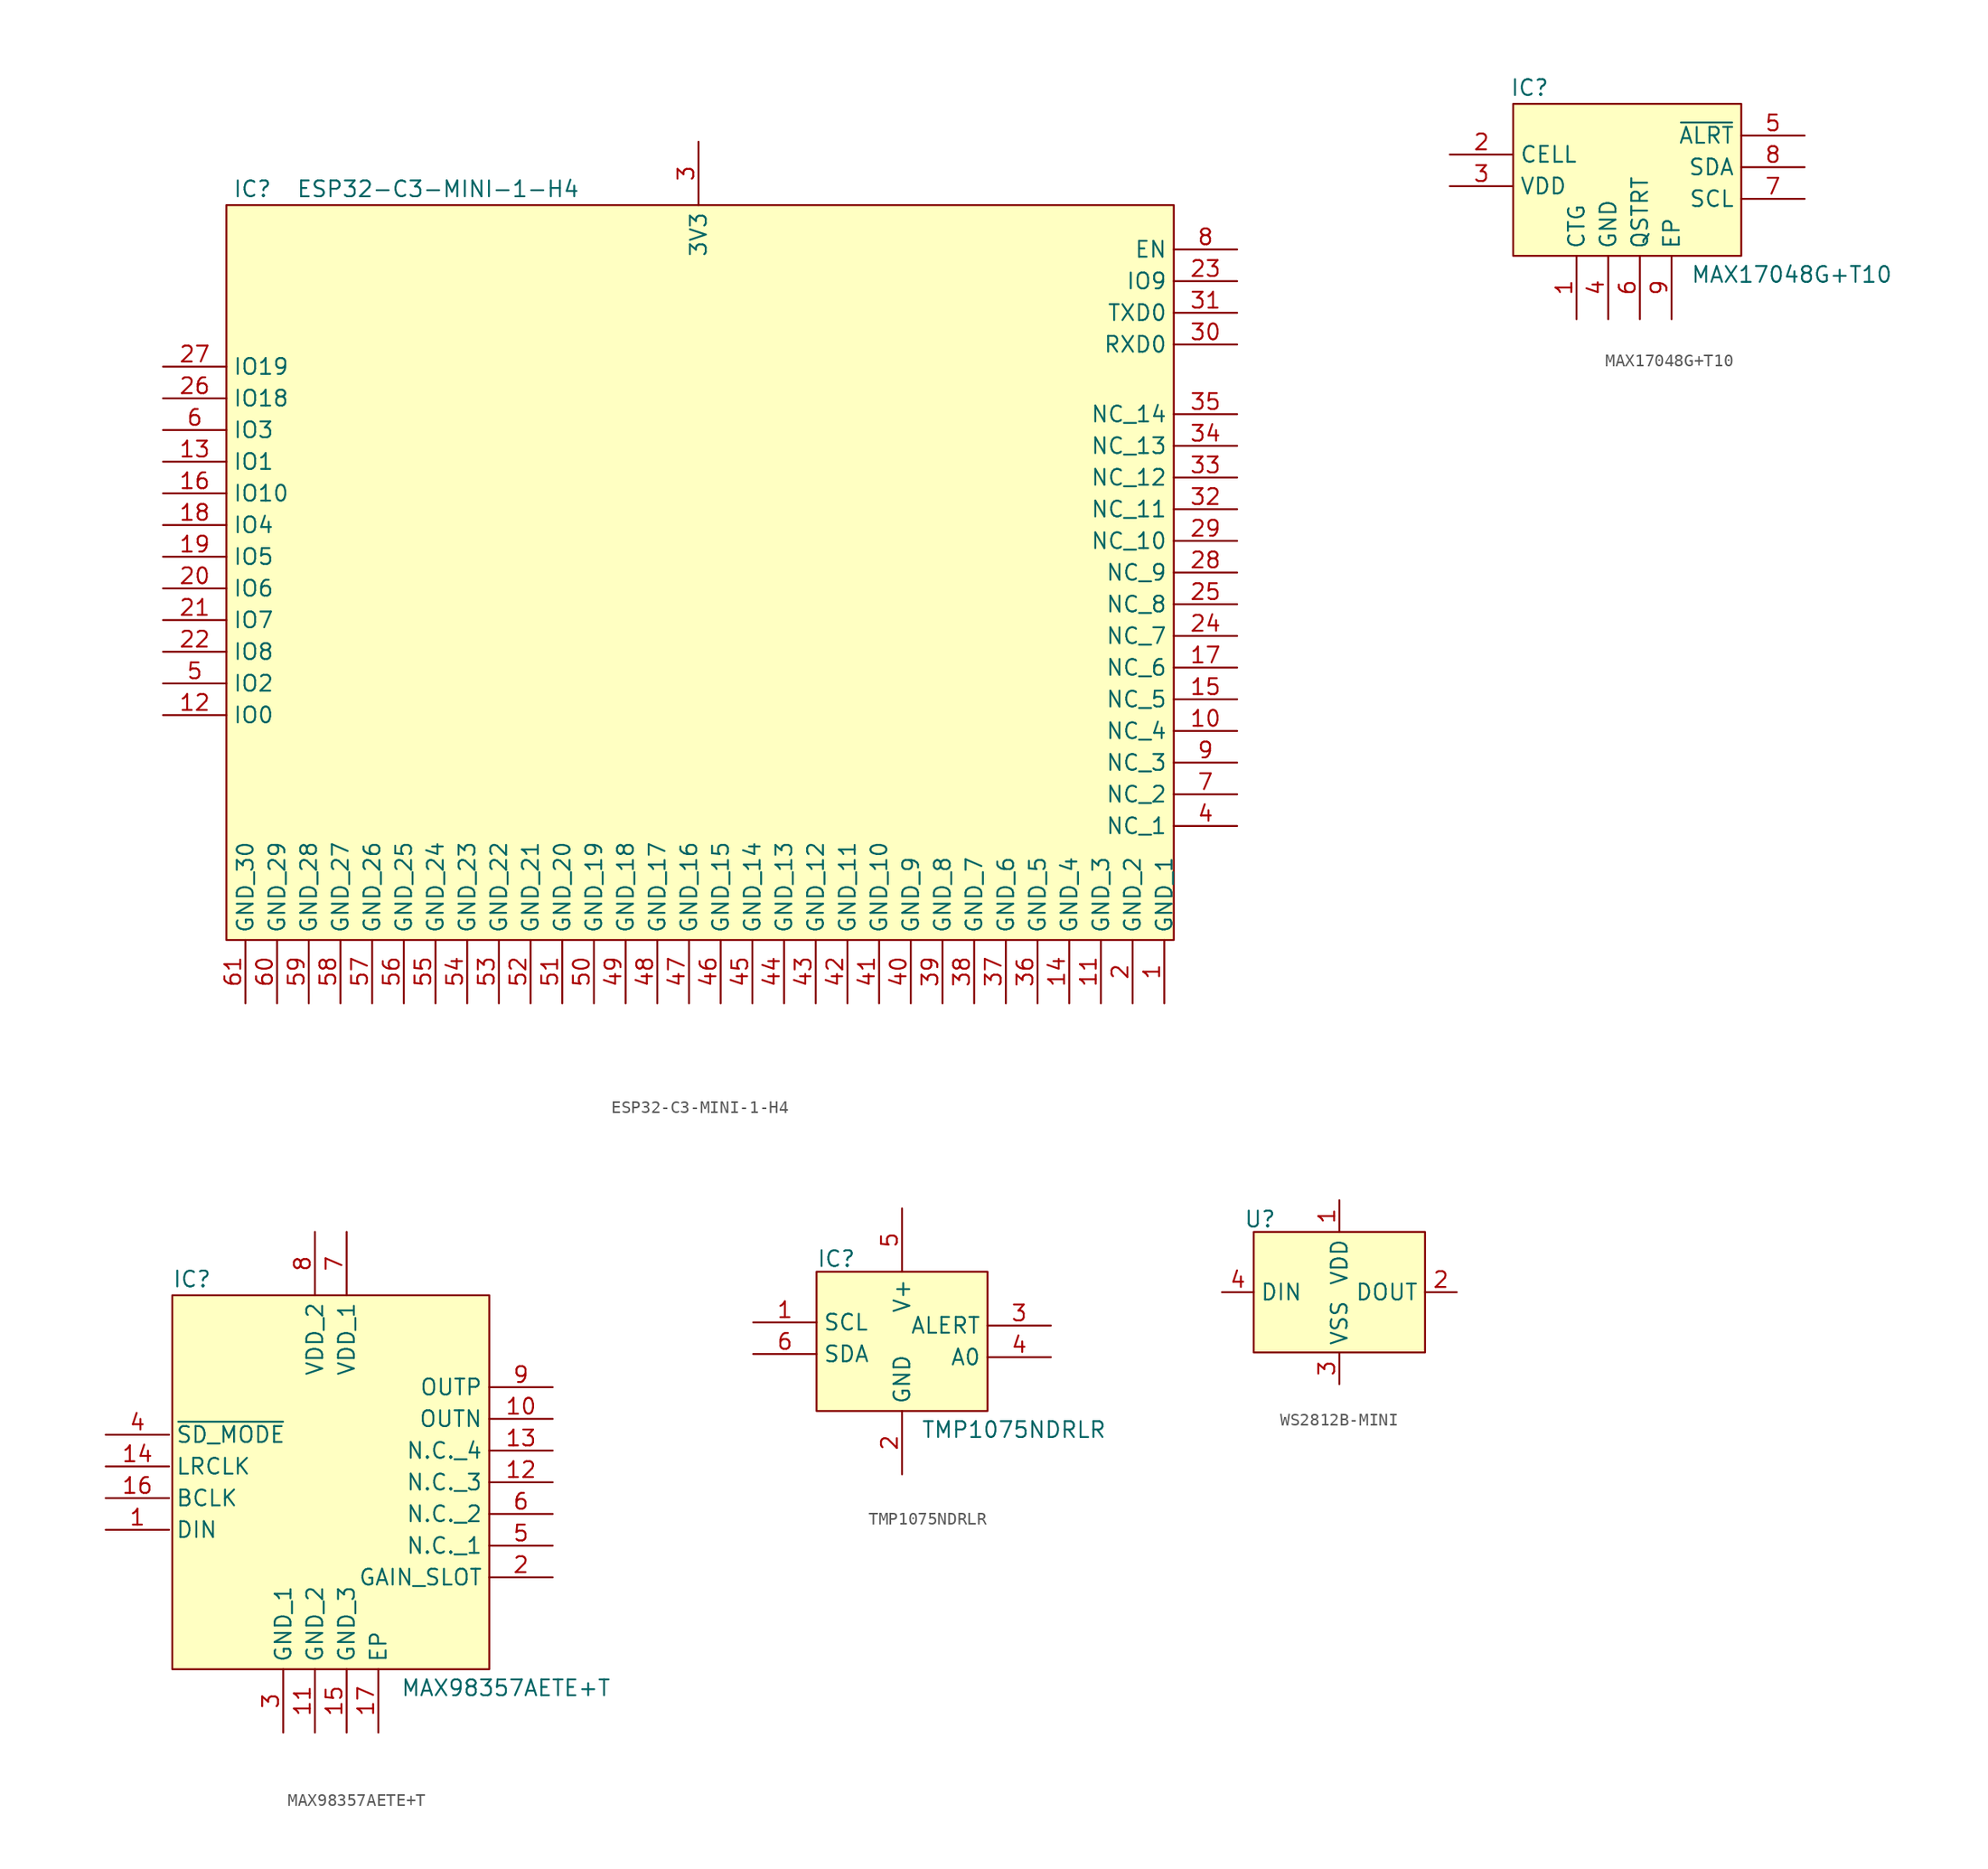
<source format=kicad_sym>
(kicad_symbol_lib
  (version 20220914)
  (generator kicad_symbol_editor)
  (symbol "ESP32-C3-MINI-1-H4"
    (property "Reference" "IC"
      (at -37.338 28.956 0)
      (effects (font (size 1.27 1.27)) (justify left top)))
    (property "Value" "ESP32-C3-MINI-1-H4"
      (at -32.258 28.956 0)
      (effects (font (size 1.27 1.27)) (justify left top)))
    (symbol "ESP32-C3-MINI-1-H4_1_1"
      (rectangle (start -37.846 26.924) (end 38.1 -32.004) (stroke (width 0) (type default)) (fill (type background)))
      (pin passive line (at 37.338 -37.084 90) (length 5.08) (name "GND_1" (effects (font (size 1.27 1.27)))) (number "1" (effects (font (size 1.27 1.27)))))
      (pin passive line (at 43.18 -15.24 180) (length 5.08) (name "NC_4" (effects (font (size 1.27 1.27)))) (number "10" (effects (font (size 1.27 1.27)))))
      (pin passive line (at 32.258 -37.084 90) (length 5.08) (name "GND_3" (effects (font (size 1.27 1.27)))) (number "11" (effects (font (size 1.27 1.27)))))
      (pin passive line (at -42.926 -13.97 0) (length 5.08) (name "IO0" (effects (font (size 1.27 1.27)))) (number "12" (effects (font (size 1.27 1.27)))))
      (pin passive line (at -42.926 6.35 0) (length 5.08) (name "IO1" (effects (font (size 1.27 1.27)))) (number "13" (effects (font (size 1.27 1.27)))))
      (pin passive line (at 29.718 -37.084 90) (length 5.08) (name "GND_4" (effects (font (size 1.27 1.27)))) (number "14" (effects (font (size 1.27 1.27)))))
      (pin passive line (at 43.18 -12.7 180) (length 5.08) (name "NC_5" (effects (font (size 1.27 1.27)))) (number "15" (effects (font (size 1.27 1.27)))))
      (pin passive line (at -42.926 3.81 0) (length 5.08) (name "IO10" (effects (font (size 1.27 1.27)))) (number "16" (effects (font (size 1.27 1.27)))))
      (pin passive line (at 43.18 -10.16 180) (length 5.08) (name "NC_6" (effects (font (size 1.27 1.27)))) (number "17" (effects (font (size 1.27 1.27)))))
      (pin passive line (at -42.926 1.27 0) (length 5.08) (name "IO4" (effects (font (size 1.27 1.27)))) (number "18" (effects (font (size 1.27 1.27)))))
      (pin passive line (at -42.926 -1.27 0) (length 5.08) (name "IO5" (effects (font (size 1.27 1.27)))) (number "19" (effects (font (size 1.27 1.27)))))
      (pin passive line (at 34.798 -37.084 90) (length 5.08) (name "GND_2" (effects (font (size 1.27 1.27)))) (number "2" (effects (font (size 1.27 1.27)))))
      (pin passive line (at -42.926 -3.81 0) (length 5.08) (name "IO6" (effects (font (size 1.27 1.27)))) (number "20" (effects (font (size 1.27 1.27)))))
      (pin passive line (at -42.926 -6.35 0) (length 5.08) (name "IO7" (effects (font (size 1.27 1.27)))) (number "21" (effects (font (size 1.27 1.27)))))
      (pin passive line (at -42.926 -8.89 0) (length 5.08) (name "IO8" (effects (font (size 1.27 1.27)))) (number "22" (effects (font (size 1.27 1.27)))))
      (pin passive line (at 43.18 20.828 180) (length 5.08) (name "IO9" (effects (font (size 1.27 1.27)))) (number "23" (effects (font (size 1.27 1.27)))))
      (pin passive line (at 43.18 -7.62 180) (length 5.08) (name "NC_7" (effects (font (size 1.27 1.27)))) (number "24" (effects (font (size 1.27 1.27)))))
      (pin passive line (at 43.18 -5.08 180) (length 5.08) (name "NC_8" (effects (font (size 1.27 1.27)))) (number "25" (effects (font (size 1.27 1.27)))))
      (pin passive line (at -42.926 11.43 0) (length 5.08) (name "IO18" (effects (font (size 1.27 1.27)))) (number "26" (effects (font (size 1.27 1.27)))))
      (pin passive line (at -42.926 13.97 0) (length 5.08) (name "IO19" (effects (font (size 1.27 1.27)))) (number "27" (effects (font (size 1.27 1.27)))))
      (pin passive line (at 43.18 -2.54 180) (length 5.08) (name "NC_9" (effects (font (size 1.27 1.27)))) (number "28" (effects (font (size 1.27 1.27)))))
      (pin passive line (at 43.18 0 180) (length 5.08) (name "NC_10" (effects (font (size 1.27 1.27)))) (number "29" (effects (font (size 1.27 1.27)))))
      (pin passive line (at 0 32.004 270) (length 5.08) (name "3V3" (effects (font (size 1.27 1.27)))) (number "3" (effects (font (size 1.27 1.27)))))
      (pin passive line (at 43.18 15.748 180) (length 5.08) (name "RXD0" (effects (font (size 1.27 1.27)))) (number "30" (effects (font (size 1.27 1.27)))))
      (pin passive line (at 43.18 18.288 180) (length 5.08) (name "TXD0" (effects (font (size 1.27 1.27)))) (number "31" (effects (font (size 1.27 1.27)))))
      (pin passive line (at 43.18 2.54 180) (length 5.08) (name "NC_11" (effects (font (size 1.27 1.27)))) (number "32" (effects (font (size 1.27 1.27)))))
      (pin passive line (at 43.18 5.08 180) (length 5.08) (name "NC_12" (effects (font (size 1.27 1.27)))) (number "33" (effects (font (size 1.27 1.27)))))
      (pin passive line (at 43.18 7.62 180) (length 5.08) (name "NC_13" (effects (font (size 1.27 1.27)))) (number "34" (effects (font (size 1.27 1.27)))))
      (pin passive line (at 43.18 10.16 180) (length 5.08) (name "NC_14" (effects (font (size 1.27 1.27)))) (number "35" (effects (font (size 1.27 1.27)))))
      (pin passive line (at 27.178 -37.084 90) (length 5.08) (name "GND_5" (effects (font (size 1.27 1.27)))) (number "36" (effects (font (size 1.27 1.27)))))
      (pin passive line (at 24.638 -37.084 90) (length 5.08) (name "GND_6" (effects (font (size 1.27 1.27)))) (number "37" (effects (font (size 1.27 1.27)))))
      (pin passive line (at 22.098 -37.084 90) (length 5.08) (name "GND_7" (effects (font (size 1.27 1.27)))) (number "38" (effects (font (size 1.27 1.27)))))
      (pin passive line (at 19.558 -37.084 90) (length 5.08) (name "GND_8" (effects (font (size 1.27 1.27)))) (number "39" (effects (font (size 1.27 1.27)))))
      (pin passive line (at 43.18 -22.86 180) (length 5.08) (name "NC_1" (effects (font (size 1.27 1.27)))) (number "4" (effects (font (size 1.27 1.27)))))
      (pin passive line (at 17.018 -37.084 90) (length 5.08) (name "GND_9" (effects (font (size 1.27 1.27)))) (number "40" (effects (font (size 1.27 1.27)))))
      (pin passive line (at 14.478 -37.084 90) (length 5.08) (name "GND_10" (effects (font (size 1.27 1.27)))) (number "41" (effects (font (size 1.27 1.27)))))
      (pin passive line (at 11.938 -37.084 90) (length 5.08) (name "GND_11" (effects (font (size 1.27 1.27)))) (number "42" (effects (font (size 1.27 1.27)))))
      (pin passive line (at 9.398 -37.084 90) (length 5.08) (name "GND_12" (effects (font (size 1.27 1.27)))) (number "43" (effects (font (size 1.27 1.27)))))
      (pin passive line (at 6.858 -37.084 90) (length 5.08) (name "GND_13" (effects (font (size 1.27 1.27)))) (number "44" (effects (font (size 1.27 1.27)))))
      (pin passive line (at 4.318 -37.084 90) (length 5.08) (name "GND_14" (effects (font (size 1.27 1.27)))) (number "45" (effects (font (size 1.27 1.27)))))
      (pin passive line (at 1.778 -37.084 90) (length 5.08) (name "GND_15" (effects (font (size 1.27 1.27)))) (number "46" (effects (font (size 1.27 1.27)))))
      (pin passive line (at -0.762 -37.084 90) (length 5.08) (name "GND_16" (effects (font (size 1.27 1.27)))) (number "47" (effects (font (size 1.27 1.27)))))
      (pin passive line (at -3.302 -37.084 90) (length 5.08) (name "GND_17" (effects (font (size 1.27 1.27)))) (number "48" (effects (font (size 1.27 1.27)))))
      (pin passive line (at -5.842 -37.084 90) (length 5.08) (name "GND_18" (effects (font (size 1.27 1.27)))) (number "49" (effects (font (size 1.27 1.27)))))
      (pin passive line (at -42.926 -11.43 0) (length 5.08) (name "IO2" (effects (font (size 1.27 1.27)))) (number "5" (effects (font (size 1.27 1.27)))))
      (pin passive line (at -8.382 -37.084 90) (length 5.08) (name "GND_19" (effects (font (size 1.27 1.27)))) (number "50" (effects (font (size 1.27 1.27)))))
      (pin passive line (at -10.922 -37.084 90) (length 5.08) (name "GND_20" (effects (font (size 1.27 1.27)))) (number "51" (effects (font (size 1.27 1.27)))))
      (pin passive line (at -13.462 -37.084 90) (length 5.08) (name "GND_21" (effects (font (size 1.27 1.27)))) (number "52" (effects (font (size 1.27 1.27)))))
      (pin passive line (at -16.002 -37.084 90) (length 5.08) (name "GND_22" (effects (font (size 1.27 1.27)))) (number "53" (effects (font (size 1.27 1.27)))))
      (pin passive line (at -18.542 -37.084 90) (length 5.08) (name "GND_23" (effects (font (size 1.27 1.27)))) (number "54" (effects (font (size 1.27 1.27)))))
      (pin passive line (at -21.082 -37.084 90) (length 5.08) (name "GND_24" (effects (font (size 1.27 1.27)))) (number "55" (effects (font (size 1.27 1.27)))))
      (pin passive line (at -23.622 -37.084 90) (length 5.08) (name "GND_25" (effects (font (size 1.27 1.27)))) (number "56" (effects (font (size 1.27 1.27)))))
      (pin passive line (at -26.162 -37.084 90) (length 5.08) (name "GND_26" (effects (font (size 1.27 1.27)))) (number "57" (effects (font (size 1.27 1.27)))))
      (pin passive line (at -28.702 -37.084 90) (length 5.08) (name "GND_27" (effects (font (size 1.27 1.27)))) (number "58" (effects (font (size 1.27 1.27)))))
      (pin passive line (at -31.242 -37.084 90) (length 5.08) (name "GND_28" (effects (font (size 1.27 1.27)))) (number "59" (effects (font (size 1.27 1.27)))))
      (pin passive line (at -42.926 8.89 0) (length 5.08) (name "IO3" (effects (font (size 1.27 1.27)))) (number "6" (effects (font (size 1.27 1.27)))))
      (pin passive line (at -33.782 -37.084 90) (length 5.08) (name "GND_29" (effects (font (size 1.27 1.27)))) (number "60" (effects (font (size 1.27 1.27)))))
      (pin passive line (at -36.322 -37.084 90) (length 5.08) (name "GND_30" (effects (font (size 1.27 1.27)))) (number "61" (effects (font (size 1.27 1.27)))))
      (pin passive line (at 43.18 -20.32 180) (length 5.08) (name "NC_2" (effects (font (size 1.27 1.27)))) (number "7" (effects (font (size 1.27 1.27)))))
      (pin passive line (at 43.18 23.368 180) (length 5.08) (name "EN" (effects (font (size 1.27 1.27)))) (number "8" (effects (font (size 1.27 1.27)))))
      (pin passive line (at 43.18 -17.78 180) (length 5.08) (name "NC_3" (effects (font (size 1.27 1.27)))) (number "9" (effects (font (size 1.27 1.27)))))))
  (symbol "MAX17048G+T10"
    (property "Reference" "IC"
      (at -9.144 7.112 0)
      (effects (font (size 1.27 1.27)) (justify left top)))
    (property "Value" "MAX17048G+T10"
      (at 5.334 -7.874 0)
      (effects (font (size 1.27 1.27)) (justify left top)))
    (symbol "MAX17048G+T10_1_1"
      (rectangle (start -8.89 5.08) (end 9.398 -7.112) (stroke (width 0) (type default)) (fill (type background)))
      (pin passive line (at -3.81 -12.192 90) (length 5.08) (name "CTG" (effects (font (size 1.27 1.27)))) (number "1" (effects (font (size 1.27 1.27)))))
      (pin passive line (at -13.97 1.016 0) (length 5.08) (name "CELL" (effects (font (size 1.27 1.27)))) (number "2" (effects (font (size 1.27 1.27)))))
      (pin passive line (at -13.97 -1.524 0) (length 5.08) (name "VDD" (effects (font (size 1.27 1.27)))) (number "3" (effects (font (size 1.27 1.27)))))
      (pin passive line (at -1.27 -12.192 90) (length 5.08) (name "GND" (effects (font (size 1.27 1.27)))) (number "4" (effects (font (size 1.27 1.27)))))
      (pin passive line (at 14.478 2.54 180) (length 5.08) (name "~{ALRT}" (effects (font (size 1.27 1.27)))) (number "5" (effects (font (size 1.27 1.27)))))
      (pin passive line (at 1.27 -12.192 90) (length 5.08) (name "QSTRT" (effects (font (size 1.27 1.27)))) (number "6" (effects (font (size 1.27 1.27)))))
      (pin passive line (at 14.478 -2.54 180) (length 5.08) (name "SCL" (effects (font (size 1.27 1.27)))) (number "7" (effects (font (size 1.27 1.27)))))
      (pin passive line (at 14.478 0 180) (length 5.08) (name "SDA" (effects (font (size 1.27 1.27)))) (number "8" (effects (font (size 1.27 1.27)))))
      (pin passive line (at 3.81 -12.192 90) (length 5.08) (name "EP" (effects (font (size 1.27 1.27)))) (number "9" (effects (font (size 1.27 1.27)))))))
  (symbol "MAX98357AETE+T"
    (property "Reference" "IC"
      (at -12.7 17.018 0)
      (effects (font (size 1.27 1.27)) (justify left top)))
    (property "Value" "MAX98357AETE+T"
      (at 5.588 -15.748 0)
      (effects (font (size 1.27 1.27)) (justify left top)))
    (symbol "MAX98357AETE+T_1_1"
      (rectangle (start -12.7 14.986) (end 12.7 -14.986) (stroke (width 0) (type default)) (fill (type background)))
      (pin passive line (at -18.034 -3.81 0) (length 5.08) (name "DIN" (effects (font (size 1.27 1.27)))) (number "1" (effects (font (size 1.27 1.27)))))
      (pin passive line (at 17.78 5.08 180) (length 5.08) (name "OUTN" (effects (font (size 1.27 1.27)))) (number "10" (effects (font (size 1.27 1.27)))))
      (pin passive line (at -1.27 -20.066 90) (length 5.08) (name "GND_2" (effects (font (size 1.27 1.27)))) (number "11" (effects (font (size 1.27 1.27)))))
      (pin passive line (at 17.78 0 180) (length 5.08) (name "N.C._3" (effects (font (size 1.27 1.27)))) (number "12" (effects (font (size 1.27 1.27)))))
      (pin passive line (at 17.78 2.54 180) (length 5.08) (name "N.C._4" (effects (font (size 1.27 1.27)))) (number "13" (effects (font (size 1.27 1.27)))))
      (pin passive line (at -18.034 1.27 0) (length 5.08) (name "LRCLK" (effects (font (size 1.27 1.27)))) (number "14" (effects (font (size 1.27 1.27)))))
      (pin passive line (at 1.27 -20.066 90) (length 5.08) (name "GND_3" (effects (font (size 1.27 1.27)))) (number "15" (effects (font (size 1.27 1.27)))))
      (pin passive line (at -18.034 -1.27 0) (length 5.08) (name "BCLK" (effects (font (size 1.27 1.27)))) (number "16" (effects (font (size 1.27 1.27)))))
      (pin passive line (at 3.81 -20.066 90) (length 5.08) (name "EP" (effects (font (size 1.27 1.27)))) (number "17" (effects (font (size 1.27 1.27)))))
      (pin passive line (at 17.78 -7.62 180) (length 5.08) (name "GAIN_SLOT" (effects (font (size 1.27 1.27)))) (number "2" (effects (font (size 1.27 1.27)))))
      (pin passive line (at -3.81 -20.066 90) (length 5.08) (name "GND_1" (effects (font (size 1.27 1.27)))) (number "3" (effects (font (size 1.27 1.27)))))
      (pin passive line (at -18.034 3.81 0) (length 5.08) (name "~{SD_MODE}" (effects (font (size 1.27 1.27)))) (number "4" (effects (font (size 1.27 1.27)))))
      (pin passive line (at 17.78 -5.08 180) (length 5.08) (name "N.C._1" (effects (font (size 1.27 1.27)))) (number "5" (effects (font (size 1.27 1.27)))))
      (pin passive line (at 17.78 -2.54 180) (length 5.08) (name "N.C._2" (effects (font (size 1.27 1.27)))) (number "6" (effects (font (size 1.27 1.27)))))
      (pin passive line (at 1.27 20.066 270) (length 5.08) (name "VDD_1" (effects (font (size 1.27 1.27)))) (number "7" (effects (font (size 1.27 1.27)))))
      (pin passive line (at -1.27 20.066 270) (length 5.08) (name "VDD_2" (effects (font (size 1.27 1.27)))) (number "8" (effects (font (size 1.27 1.27)))))
      (pin passive line (at 17.78 7.62 180) (length 5.08) (name "OUTP" (effects (font (size 1.27 1.27)))) (number "9" (effects (font (size 1.27 1.27)))))))
  (symbol "TMP1075NDRLR"
    (property "Reference" "IC"
      (at -6.858 7.366 0)
      (effects (font (size 1.27 1.27)) (justify left top)))
    (property "Value" "TMP1075NDRLR"
      (at 1.524 -6.35 0)
      (effects (font (size 1.27 1.27)) (justify left top)))
    (symbol "TMP1075NDRLR_1_1"
      (rectangle (start -6.858 5.588) (end 6.858 -5.588) (stroke (width 0) (type default)) (fill (type background)))
      (pin passive line (at -11.938 1.524 0) (length 5.08) (name "SCL" (effects (font (size 1.27 1.27)))) (number "1" (effects (font (size 1.27 1.27)))))
      (pin passive line (at 0 -10.668 90) (length 5.08) (name "GND" (effects (font (size 1.27 1.27)))) (number "2" (effects (font (size 1.27 1.27)))))
      (pin passive line (at 11.938 1.27 180) (length 5.08) (name "ALERT" (effects (font (size 1.27 1.27)))) (number "3" (effects (font (size 1.27 1.27)))))
      (pin passive line (at 11.938 -1.27 180) (length 5.08) (name "A0" (effects (font (size 1.27 1.27)))) (number "4" (effects (font (size 1.27 1.27)))))
      (pin passive line (at 0 10.668 270) (length 5.08) (name "V+" (effects (font (size 1.27 1.27)))) (number "5" (effects (font (size 1.27 1.27)))))
      (pin passive line (at -11.938 -1.016 0) (length 5.08) (name "SDA" (effects (font (size 1.27 1.27)))) (number "6" (effects (font (size 1.27 1.27)))))))
  (symbol "WS2812B-MINI"
    (property "Reference" "U"
      (at -6.35 5.842 0)
      (effects (font (size 1.27 1.27))))
    (property "Value" ""
      (at 8.128 6.858 0)
      (effects (font (size 1.27 1.27))))
    (symbol "WS2812B-MINI_1_1"
      (rectangle (start -6.858 4.826) (end 6.858 -4.826) (stroke (width 0) (type default)) (fill (type background)))
      (pin input line (at 0 7.366 270) (length 2.54) (name "VDD" (effects (font (size 1.27 1.27)))) (number "1" (effects (font (size 1.27 1.27)))))
      (pin output line (at 9.398 0 180) (length 2.54) (name "DOUT" (effects (font (size 1.27 1.27)))) (number "2" (effects (font (size 1.27 1.27)))))
      (pin input line (at 0 -7.366 90) (length 2.54) (name "VSS" (effects (font (size 1.27 1.27)))) (number "3" (effects (font (size 1.27 1.27)))))
      (pin input line (at -9.398 0 0) (length 2.54) (name "DIN" (effects (font (size 1.27 1.27)))) (number "4" (effects (font (size 1.27 1.27))))))))
</source>
